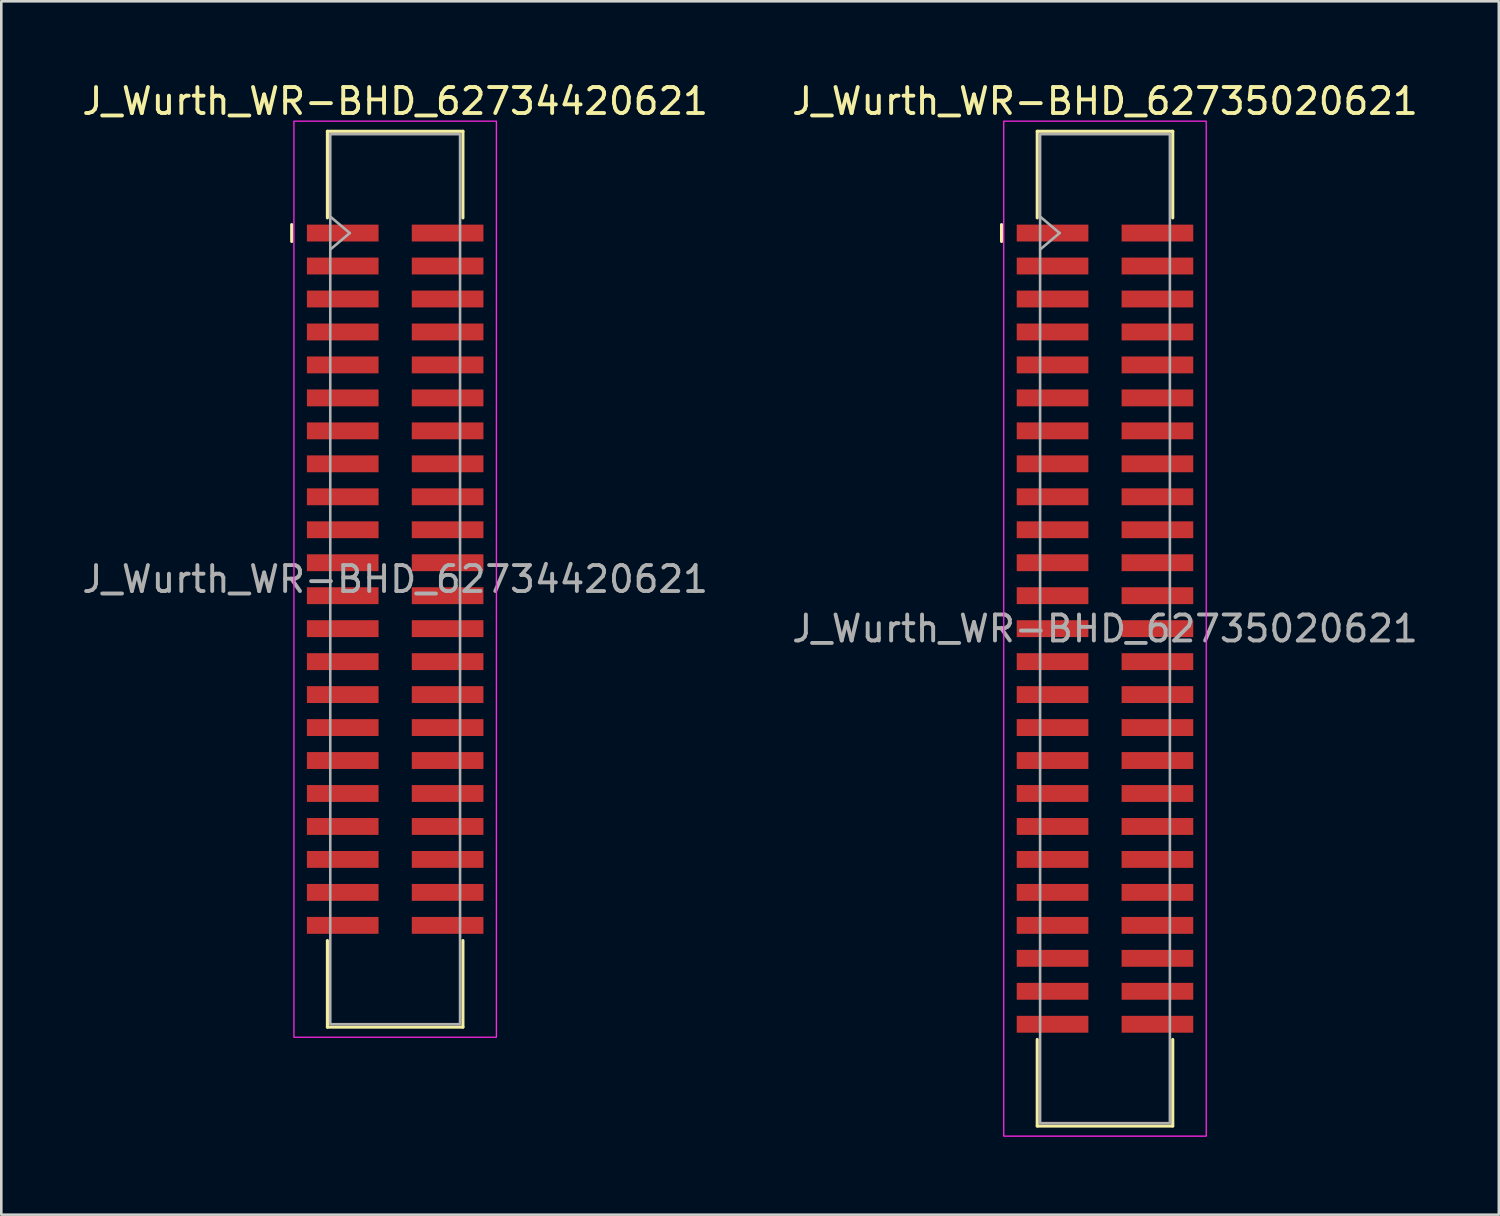
<source format=kicad_pcb>
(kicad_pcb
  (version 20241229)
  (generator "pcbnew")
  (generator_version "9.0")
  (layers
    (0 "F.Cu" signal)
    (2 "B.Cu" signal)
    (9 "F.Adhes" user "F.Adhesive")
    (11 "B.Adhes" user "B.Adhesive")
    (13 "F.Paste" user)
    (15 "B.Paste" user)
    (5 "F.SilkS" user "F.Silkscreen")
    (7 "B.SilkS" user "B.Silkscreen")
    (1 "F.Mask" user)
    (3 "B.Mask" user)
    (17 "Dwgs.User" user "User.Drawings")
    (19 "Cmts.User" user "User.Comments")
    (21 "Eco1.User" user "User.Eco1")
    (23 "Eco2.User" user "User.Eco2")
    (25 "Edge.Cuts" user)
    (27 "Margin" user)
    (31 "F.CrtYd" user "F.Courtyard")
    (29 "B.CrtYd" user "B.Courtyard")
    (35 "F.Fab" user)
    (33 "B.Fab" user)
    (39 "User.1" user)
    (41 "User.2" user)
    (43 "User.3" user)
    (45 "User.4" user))
  (footprint "J_Wurth_WR-BHD_62734420621"
    (layer "F.Cu")
    (at 12.173 19.263)
    (property "Reference" "J_Wurth_WR-BHD_62734420621" (at 0 -18.415 0) (unlocked yes) (layer "F.SilkS") (effects (font (size 1 1) (thickness 0.15))))
    (attr smd)
    (fp_line (start -3.985 -13.66) (end -3.985 -13.01) (stroke (width 0.12) (type solid)) (layer "F.SilkS"))
    (fp_line (start -2.61 -17.255) (end 2.61 -17.255) (stroke (width 0.12) (type default)) (layer "F.SilkS"))
    (fp_line (start -2.61 -13.92) (end -2.61 -17.255) (stroke (width 0.12) (type solid)) (layer "F.SilkS"))
    (fp_line (start -2.61 17.255) (end -2.61 13.92) (stroke (width 0.12) (type solid)) (layer "F.SilkS"))
    (fp_line (start 2.61 -13.92) (end 2.61 -17.255) (stroke (width 0.12) (type solid)) (layer "F.SilkS"))
    (fp_line (start 2.61 13.92) (end 2.61 17.255) (stroke (width 0.12) (type solid)) (layer "F.SilkS"))
    (fp_line (start 2.61 17.255) (end -2.61 17.255) (stroke (width 0.12) (type default)) (layer "F.SilkS"))
    (fp_rect (start -3.9 -17.645) (end 3.9 17.645) (stroke (width 0.05) (type solid)) (fill no) (layer "F.CrtYd"))
    (fp_line (start -1.75 -13.335) (end -2.5 -13.97) (stroke (width 0.1) (type solid)) (layer "F.Fab"))
    (fp_line (start -1.75 -13.335) (end -2.5 -12.7) (stroke (width 0.1) (type solid)) (layer "F.Fab"))
    (fp_rect (start -2.5 -17.145) (end 2.5 17.145) (stroke (width 0.1) (type solid)) (fill no) (layer "F.Fab"))
    (fp_text user "${REFERENCE}" (at 0 0 0) (unlocked yes) (layer "F.Fab") (effects (font (size 1 1) (thickness 0.15))))
    (pad "1" smd rect (at -2.02 -13.335 270) (size 0.65 2.76) (layers "F.Cu" "F.Mask" "F.Paste"))
    (pad "2" smd rect (at 2.02 -13.335 270) (size 0.65 2.76) (layers "F.Cu" "F.Mask" "F.Paste"))
    (pad "3" smd rect (at -2.02 -12.065 270) (size 0.65 2.76) (layers "F.Cu" "F.Mask" "F.Paste"))
    (pad "4" smd rect (at 2.02 -12.065 270) (size 0.65 2.76) (layers "F.Cu" "F.Mask" "F.Paste"))
    (pad "5" smd rect (at -2.02 -10.795 270) (size 0.65 2.76) (layers "F.Cu" "F.Mask" "F.Paste"))
    (pad "6" smd rect (at 2.02 -10.795 270) (size 0.65 2.76) (layers "F.Cu" "F.Mask" "F.Paste"))
    (pad "7" smd rect (at -2.02 -9.525 270) (size 0.65 2.76) (layers "F.Cu" "F.Mask" "F.Paste"))
    (pad "8" smd rect (at 2.02 -9.525 270) (size 0.65 2.76) (layers "F.Cu" "F.Mask" "F.Paste"))
    (pad "9" smd rect (at -2.02 -8.255 270) (size 0.65 2.76) (layers "F.Cu" "F.Mask" "F.Paste"))
    (pad "10" smd rect (at 2.02 -8.255 270) (size 0.65 2.76) (layers "F.Cu" "F.Mask" "F.Paste"))
    (pad "11" smd rect (at -2.02 -6.985 270) (size 0.65 2.76) (layers "F.Cu" "F.Mask" "F.Paste"))
    (pad "12" smd rect (at 2.02 -6.985 270) (size 0.65 2.76) (layers "F.Cu" "F.Mask" "F.Paste"))
    (pad "13" smd rect (at -2.02 -5.715 270) (size 0.65 2.76) (layers "F.Cu" "F.Mask" "F.Paste"))
    (pad "14" smd rect (at 2.02 -5.715 270) (size 0.65 2.76) (layers "F.Cu" "F.Mask" "F.Paste"))
    (pad "15" smd rect (at -2.02 -4.445 270) (size 0.65 2.76) (layers "F.Cu" "F.Mask" "F.Paste"))
    (pad "16" smd rect (at 2.02 -4.445 270) (size 0.65 2.76) (layers "F.Cu" "F.Mask" "F.Paste"))
    (pad "17" smd rect (at -2.02 -3.175 270) (size 0.65 2.76) (layers "F.Cu" "F.Mask" "F.Paste"))
    (pad "18" smd rect (at 2.02 -3.175 270) (size 0.65 2.76) (layers "F.Cu" "F.Mask" "F.Paste"))
    (pad "19" smd rect (at -2.02 -1.905 270) (size 0.65 2.76) (layers "F.Cu" "F.Mask" "F.Paste"))
    (pad "20" smd rect (at 2.02 -1.905 270) (size 0.65 2.76) (layers "F.Cu" "F.Mask" "F.Paste"))
    (pad "21" smd rect (at -2.02 -0.635 270) (size 0.65 2.76) (layers "F.Cu" "F.Mask" "F.Paste"))
    (pad "22" smd rect (at 2.02 -0.635 270) (size 0.65 2.76) (layers "F.Cu" "F.Mask" "F.Paste"))
    (pad "23" smd rect (at -2.02 0.635 270) (size 0.65 2.76) (layers "F.Cu" "F.Mask" "F.Paste"))
    (pad "24" smd rect (at 2.02 0.635 270) (size 0.65 2.76) (layers "F.Cu" "F.Mask" "F.Paste"))
    (pad "25" smd rect (at -2.02 1.905 270) (size 0.65 2.76) (layers "F.Cu" "F.Mask" "F.Paste"))
    (pad "26" smd rect (at 2.02 1.905 270) (size 0.65 2.76) (layers "F.Cu" "F.Mask" "F.Paste"))
    (pad "27" smd rect (at -2.02 3.175 270) (size 0.65 2.76) (layers "F.Cu" "F.Mask" "F.Paste"))
    (pad "28" smd rect (at 2.02 3.175 270) (size 0.65 2.76) (layers "F.Cu" "F.Mask" "F.Paste"))
    (pad "29" smd rect (at -2.02 4.445 270) (size 0.65 2.76) (layers "F.Cu" "F.Mask" "F.Paste"))
    (pad "30" smd rect (at 2.02 4.445 270) (size 0.65 2.76) (layers "F.Cu" "F.Mask" "F.Paste"))
    (pad "31" smd rect (at -2.02 5.715 270) (size 0.65 2.76) (layers "F.Cu" "F.Mask" "F.Paste"))
    (pad "32" smd rect (at 2.02 5.715 270) (size 0.65 2.76) (layers "F.Cu" "F.Mask" "F.Paste"))
    (pad "33" smd rect (at -2.02 6.985 270) (size 0.65 2.76) (layers "F.Cu" "F.Mask" "F.Paste"))
    (pad "34" smd rect (at 2.02 6.985 270) (size 0.65 2.76) (layers "F.Cu" "F.Mask" "F.Paste"))
    (pad "35" smd rect (at -2.02 8.255 270) (size 0.65 2.76) (layers "F.Cu" "F.Mask" "F.Paste"))
    (pad "36" smd rect (at 2.02 8.255 270) (size 0.65 2.76) (layers "F.Cu" "F.Mask" "F.Paste"))
    (pad "37" smd rect (at -2.02 9.525 270) (size 0.65 2.76) (layers "F.Cu" "F.Mask" "F.Paste"))
    (pad "38" smd rect (at 2.02 9.525 270) (size 0.65 2.76) (layers "F.Cu" "F.Mask" "F.Paste"))
    (pad "39" smd rect (at -2.02 10.795 270) (size 0.65 2.76) (layers "F.Cu" "F.Mask" "F.Paste"))
    (pad "40" smd rect (at 2.02 10.795 270) (size 0.65 2.76) (layers "F.Cu" "F.Mask" "F.Paste"))
    (pad "41" smd rect (at -2.02 12.065 270) (size 0.65 2.76) (layers "F.Cu" "F.Mask" "F.Paste"))
    (pad "42" smd rect (at 2.02 12.065 270) (size 0.65 2.76) (layers "F.Cu" "F.Mask" "F.Paste"))
    (pad "43" smd rect (at -2.02 13.335 270) (size 0.65 2.76) (layers "F.Cu" "F.Mask" "F.Paste"))
    (pad "44" smd rect (at 2.02 13.335 270) (size 0.65 2.76) (layers "F.Cu" "F.Mask" "F.Paste")))
  (footprint "J_Wurth_WR-BHD_62735020621"
    (layer "F.Cu")
    (at 39.518 21.168)
    (property "Reference" "J_Wurth_WR-BHD_62735020621" (at 0 -20.32 0) (unlocked yes) (layer "F.SilkS") (effects (font (size 1 1) (thickness 0.15))))
    (attr smd)
    (fp_line (start -3.985 -15.565) (end -3.985 -14.915) (stroke (width 0.12) (type solid)) (layer "F.SilkS"))
    (fp_line (start -2.61 -19.16) (end 2.61 -19.16) (stroke (width 0.12) (type default)) (layer "F.SilkS"))
    (fp_line (start -2.61 -15.825) (end -2.61 -19.16) (stroke (width 0.12) (type solid)) (layer "F.SilkS"))
    (fp_line (start -2.61 19.16) (end -2.61 15.825) (stroke (width 0.12) (type solid)) (layer "F.SilkS"))
    (fp_line (start 2.61 -15.825) (end 2.61 -19.16) (stroke (width 0.12) (type solid)) (layer "F.SilkS"))
    (fp_line (start 2.61 15.825) (end 2.61 19.16) (stroke (width 0.12) (type solid)) (layer "F.SilkS"))
    (fp_line (start 2.61 19.16) (end -2.61 19.16) (stroke (width 0.12) (type default)) (layer "F.SilkS"))
    (fp_rect (start -3.9 -19.55) (end 3.9 19.55) (stroke (width 0.05) (type solid)) (fill no) (layer "F.CrtYd"))
    (fp_line (start -1.75 -15.24) (end -2.5 -15.875) (stroke (width 0.1) (type solid)) (layer "F.Fab"))
    (fp_line (start -1.75 -15.24) (end -2.5 -14.605) (stroke (width 0.1) (type solid)) (layer "F.Fab"))
    (fp_rect (start -2.5 -19.05) (end 2.5 19.05) (stroke (width 0.1) (type solid)) (fill no) (layer "F.Fab"))
    (fp_text user "${REFERENCE}" (at 0 0 0) (unlocked yes) (layer "F.Fab") (effects (font (size 1 1) (thickness 0.15))))
    (pad "1" smd rect (at -2.02 -15.24 270) (size 0.65 2.76) (layers "F.Cu" "F.Mask" "F.Paste"))
    (pad "2" smd rect (at 2.02 -15.24 270) (size 0.65 2.76) (layers "F.Cu" "F.Mask" "F.Paste"))
    (pad "3" smd rect (at -2.02 -13.97 270) (size 0.65 2.76) (layers "F.Cu" "F.Mask" "F.Paste"))
    (pad "4" smd rect (at 2.02 -13.97 270) (size 0.65 2.76) (layers "F.Cu" "F.Mask" "F.Paste"))
    (pad "5" smd rect (at -2.02 -12.7 270) (size 0.65 2.76) (layers "F.Cu" "F.Mask" "F.Paste"))
    (pad "6" smd rect (at 2.02 -12.7 270) (size 0.65 2.76) (layers "F.Cu" "F.Mask" "F.Paste"))
    (pad "7" smd rect (at -2.02 -11.43 270) (size 0.65 2.76) (layers "F.Cu" "F.Mask" "F.Paste"))
    (pad "8" smd rect (at 2.02 -11.43 270) (size 0.65 2.76) (layers "F.Cu" "F.Mask" "F.Paste"))
    (pad "9" smd rect (at -2.02 -10.16 270) (size 0.65 2.76) (layers "F.Cu" "F.Mask" "F.Paste"))
    (pad "10" smd rect (at 2.02 -10.16 270) (size 0.65 2.76) (layers "F.Cu" "F.Mask" "F.Paste"))
    (pad "11" smd rect (at -2.02 -8.89 270) (size 0.65 2.76) (layers "F.Cu" "F.Mask" "F.Paste"))
    (pad "12" smd rect (at 2.02 -8.89 270) (size 0.65 2.76) (layers "F.Cu" "F.Mask" "F.Paste"))
    (pad "13" smd rect (at -2.02 -7.62 270) (size 0.65 2.76) (layers "F.Cu" "F.Mask" "F.Paste"))
    (pad "14" smd rect (at 2.02 -7.62 270) (size 0.65 2.76) (layers "F.Cu" "F.Mask" "F.Paste"))
    (pad "15" smd rect (at -2.02 -6.35 270) (size 0.65 2.76) (layers "F.Cu" "F.Mask" "F.Paste"))
    (pad "16" smd rect (at 2.02 -6.35 270) (size 0.65 2.76) (layers "F.Cu" "F.Mask" "F.Paste"))
    (pad "17" smd rect (at -2.02 -5.08 270) (size 0.65 2.76) (layers "F.Cu" "F.Mask" "F.Paste"))
    (pad "18" smd rect (at 2.02 -5.08 270) (size 0.65 2.76) (layers "F.Cu" "F.Mask" "F.Paste"))
    (pad "19" smd rect (at -2.02 -3.81 270) (size 0.65 2.76) (layers "F.Cu" "F.Mask" "F.Paste"))
    (pad "20" smd rect (at 2.02 -3.81 270) (size 0.65 2.76) (layers "F.Cu" "F.Mask" "F.Paste"))
    (pad "21" smd rect (at -2.02 -2.54 270) (size 0.65 2.76) (layers "F.Cu" "F.Mask" "F.Paste"))
    (pad "22" smd rect (at 2.02 -2.54 270) (size 0.65 2.76) (layers "F.Cu" "F.Mask" "F.Paste"))
    (pad "23" smd rect (at -2.02 -1.27 270) (size 0.65 2.76) (layers "F.Cu" "F.Mask" "F.Paste"))
    (pad "24" smd rect (at 2.02 -1.27 270) (size 0.65 2.76) (layers "F.Cu" "F.Mask" "F.Paste"))
    (pad "25" smd rect (at -2.02 0 270) (size 0.65 2.76) (layers "F.Cu" "F.Mask" "F.Paste"))
    (pad "26" smd rect (at 2.02 0 270) (size 0.65 2.76) (layers "F.Cu" "F.Mask" "F.Paste"))
    (pad "27" smd rect (at -2.02 1.27 270) (size 0.65 2.76) (layers "F.Cu" "F.Mask" "F.Paste"))
    (pad "28" smd rect (at 2.02 1.27 270) (size 0.65 2.76) (layers "F.Cu" "F.Mask" "F.Paste"))
    (pad "29" smd rect (at -2.02 2.54 270) (size 0.65 2.76) (layers "F.Cu" "F.Mask" "F.Paste"))
    (pad "30" smd rect (at 2.02 2.54 270) (size 0.65 2.76) (layers "F.Cu" "F.Mask" "F.Paste"))
    (pad "31" smd rect (at -2.02 3.81 270) (size 0.65 2.76) (layers "F.Cu" "F.Mask" "F.Paste"))
    (pad "32" smd rect (at 2.02 3.81 270) (size 0.65 2.76) (layers "F.Cu" "F.Mask" "F.Paste"))
    (pad "33" smd rect (at -2.02 5.08 270) (size 0.65 2.76) (layers "F.Cu" "F.Mask" "F.Paste"))
    (pad "34" smd rect (at 2.02 5.08 270) (size 0.65 2.76) (layers "F.Cu" "F.Mask" "F.Paste"))
    (pad "35" smd rect (at -2.02 6.35 270) (size 0.65 2.76) (layers "F.Cu" "F.Mask" "F.Paste"))
    (pad "36" smd rect (at 2.02 6.35 270) (size 0.65 2.76) (layers "F.Cu" "F.Mask" "F.Paste"))
    (pad "37" smd rect (at -2.02 7.62 270) (size 0.65 2.76) (layers "F.Cu" "F.Mask" "F.Paste"))
    (pad "38" smd rect (at 2.02 7.62 270) (size 0.65 2.76) (layers "F.Cu" "F.Mask" "F.Paste"))
    (pad "39" smd rect (at -2.02 8.89 270) (size 0.65 2.76) (layers "F.Cu" "F.Mask" "F.Paste"))
    (pad "40" smd rect (at 2.02 8.89 270) (size 0.65 2.76) (layers "F.Cu" "F.Mask" "F.Paste"))
    (pad "41" smd rect (at -2.02 10.16 270) (size 0.65 2.76) (layers "F.Cu" "F.Mask" "F.Paste"))
    (pad "42" smd rect (at 2.02 10.16 270) (size 0.65 2.76) (layers "F.Cu" "F.Mask" "F.Paste"))
    (pad "43" smd rect (at -2.02 11.43 270) (size 0.65 2.76) (layers "F.Cu" "F.Mask" "F.Paste"))
    (pad "44" smd rect (at 2.02 11.43 270) (size 0.65 2.76) (layers "F.Cu" "F.Mask" "F.Paste"))
    (pad "45" smd rect (at -2.02 12.7 270) (size 0.65 2.76) (layers "F.Cu" "F.Mask" "F.Paste"))
    (pad "46" smd rect (at 2.02 12.7 270) (size 0.65 2.76) (layers "F.Cu" "F.Mask" "F.Paste"))
    (pad "47" smd rect (at -2.02 13.97 270) (size 0.65 2.76) (layers "F.Cu" "F.Mask" "F.Paste"))
    (pad "48" smd rect (at 2.02 13.97 270) (size 0.65 2.76) (layers "F.Cu" "F.Mask" "F.Paste"))
    (pad "49" smd rect (at -2.02 15.24 270) (size 0.65 2.76) (layers "F.Cu" "F.Mask" "F.Paste"))
    (pad "50" smd rect (at 2.02 15.24 270) (size 0.65 2.76) (layers "F.Cu" "F.Mask" "F.Paste")))
  (gr_rect
    (start -3 -3)
    (end 54.69 43.743)
    (stroke (width 0.1) (type default))
    (fill no)
    (layer "Edge.Cuts")))
</source>
